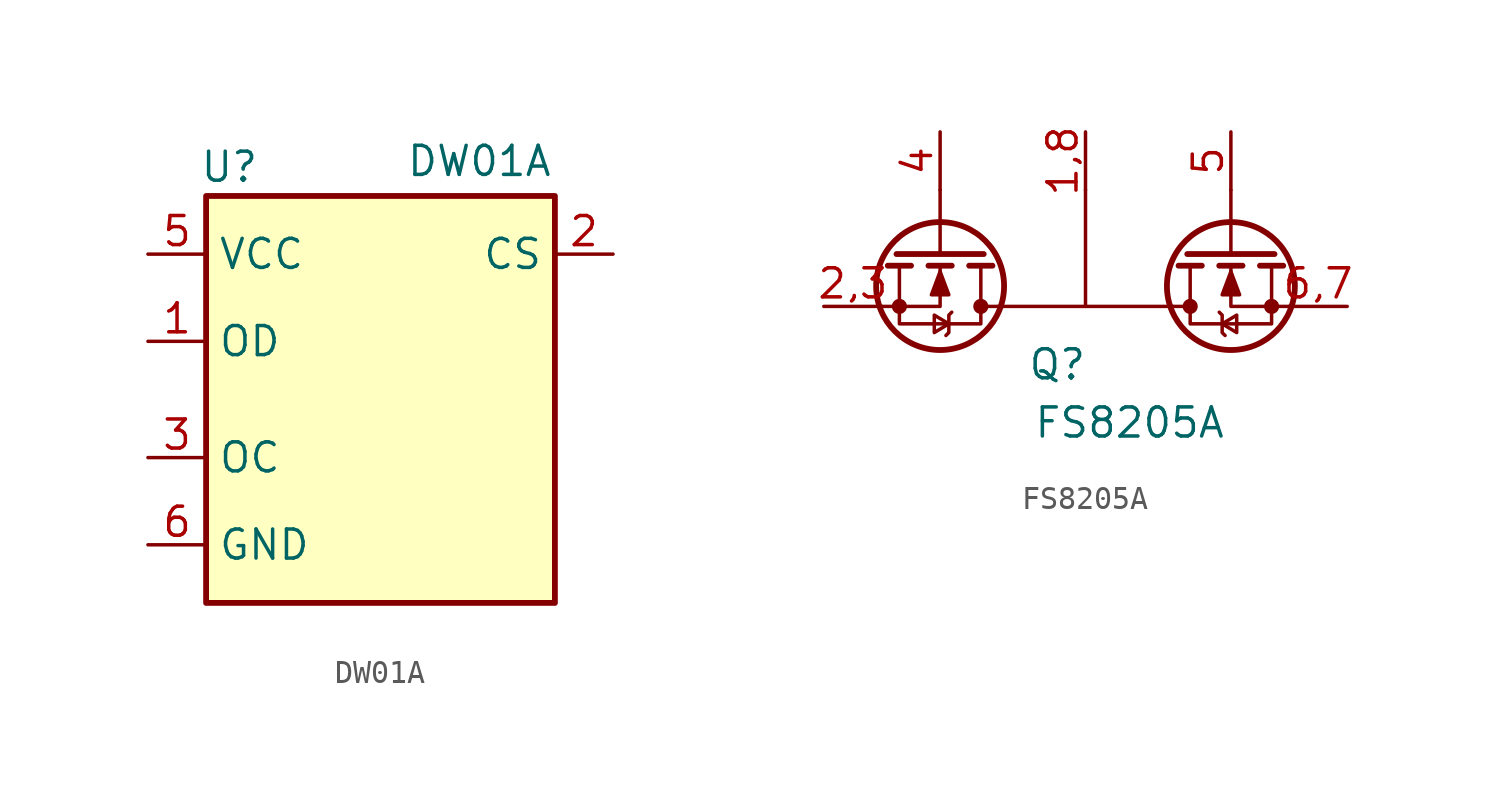
<source format=kicad_sym>
(kicad_symbol_lib
  (version 20231120)
  (generator "kicad_symbol_editor")
  (generator_version "8.0")
  (symbol "DW01A"
    (property "Reference" "U"
      (at -6.604 6.35 0)
      (effects (font (size 1.27 1.27))))
    (property "Value" "DW01A"
      (at 4.318 6.604 0)
      (effects (font (size 1.27 1.27))))
    (symbol "DW01A_0_1"
      (pin output line (at -10.16 -1.27 0) (length 2.54) (name "OD" (effects (font (size 1.27 1.27)))) (number "1" (effects (font (size 1.27 1.27)))))
      (pin input line (at 10.16 2.54 180) (length 2.54) (name "CS" (effects (font (size 1.27 1.27)))) (number "2" (effects (font (size 1.27 1.27)))))
      (pin output line (at -10.16 -6.35 0) (length 2.54) (name "OC" (effects (font (size 1.27 1.27)))) (number "3" (effects (font (size 1.27 1.27)))))
      (pin power_in line (at -10.16 2.54 0) (length 2.54) (name "VCC" (effects (font (size 1.27 1.27)))) (number "5" (effects (font (size 1.27 1.27)))))
      (pin power_in line (at -10.16 -10.16 0) (length 2.54) (name "GND" (effects (font (size 1.27 1.27)))) (number "6" (effects (font (size 1.27 1.27))))))
    (symbol "DW01A_1_1"
      (rectangle (start -7.62 5.08) (end 7.62 -12.7) (stroke (width 0.254) (type default)) (fill (type background)))
      (pin no_connect line (at 10.16 2.54 180) (length 2.54) hide (name "TD" (effects (font (size 1.27 1.27)))) (number "4" (effects (font (size 1.27 1.27)))))))
  (symbol "FS8205A"
    (pin_names hide)
    (property "Reference" "Q"
      (at 3.81 -2.54 0)
      (effects (font (size 1.27 1.27)) (justify left)))
    (property "Value" "FS8205A"
      (at 4.064 -5.08 0)
      (effects (font (size 1.27 1.27)) (justify left)))
    (symbol "FS8205A_0_1"
      (circle (center -1.778 0) (radius 0.254) (stroke (width 0) (type default)) (fill (type outline)))
      (polyline (pts (xy -1.27 1.778) (xy -2.286 1.778)) (stroke (width 0.254) (type default)) (fill (type none)))
      (polyline (pts (xy 0 2.286) (xy 0 5.08)) (stroke (width 0) (type default)) (fill (type none)))
      (polyline (pts (xy 0.508 1.778) (xy -0.508 1.778)) (stroke (width 0.254) (type default)) (fill (type none)))
      (polyline (pts (xy 1.905 2.286) (xy -1.905 2.286)) (stroke (width 0.254) (type default)) (fill (type none)))
      (polyline (pts (xy 2.286 1.778) (xy 1.27 1.778)) (stroke (width 0.254) (type default)) (fill (type none)))
      (polyline (pts (xy 2.54 0) (xy 1.778 0)) (stroke (width 0) (type default)) (fill (type none)))
      (polyline (pts (xy 10.16 0) (xy 10.922 0)) (stroke (width 0) (type default)) (fill (type none)))
      (polyline (pts (xy 10.414 1.778) (xy 11.43 1.778)) (stroke (width 0.254) (type default)) (fill (type none)))
      (polyline (pts (xy 10.795 2.286) (xy 14.605 2.286)) (stroke (width 0.254) (type default)) (fill (type none)))
      (polyline (pts (xy 12.192 1.778) (xy 13.208 1.778)) (stroke (width 0.254) (type default)) (fill (type none)))
      (polyline (pts (xy 12.7 2.286) (xy 12.7 5.08)) (stroke (width 0) (type default)) (fill (type none)))
      (polyline (pts (xy 13.97 1.778) (xy 14.986 1.778)) (stroke (width 0.254) (type default)) (fill (type none)))
      (polyline (pts (xy -2.54 0) (xy 0 0) (xy 0 1.778)) (stroke (width 0) (type default)) (fill (type none)))
      (polyline (pts (xy 15.24 0) (xy 12.7 0) (xy 12.7 1.778)) (stroke (width 0) (type default)) (fill (type none)))
      (polyline (pts (xy -1.778 1.778) (xy -1.778 -0.762) (xy 1.778 -0.762) (xy 1.778 1.778)) (stroke (width 0) (type default)) (fill (type none)))
      (polyline (pts (xy 0 1.524) (xy 0.381 0.508) (xy -0.381 0.508) (xy 0 1.524)) (stroke (width 0) (type default)) (fill (type outline)))
      (polyline (pts (xy 0.381 -0.762) (xy -0.254 -0.381) (xy -0.254 -1.143) (xy 0.381 -0.762)) (stroke (width 0) (type default)) (fill (type none)))
      (polyline (pts (xy 0.508 -0.254) (xy 0.381 -0.381) (xy 0.381 -1.143) (xy 0.254 -1.27)) (stroke (width 0) (type default)) (fill (type none)))
      (polyline (pts (xy 12.192 -0.254) (xy 12.319 -0.381) (xy 12.319 -1.143) (xy 12.446 -1.27)) (stroke (width 0) (type default)) (fill (type none)))
      (polyline (pts (xy 12.319 -0.762) (xy 12.954 -0.381) (xy 12.954 -1.143) (xy 12.319 -0.762)) (stroke (width 0) (type default)) (fill (type none)))
      (polyline (pts (xy 12.7 1.524) (xy 12.319 0.508) (xy 13.081 0.508) (xy 12.7 1.524)) (stroke (width 0) (type default)) (fill (type outline)))
      (polyline (pts (xy 14.478 1.778) (xy 14.478 -0.762) (xy 10.922 -0.762) (xy 10.922 1.778)) (stroke (width 0) (type default)) (fill (type none)))
      (circle (center 0 0.889) (radius 2.794) (stroke (width 0.254) (type default)) (fill (type none)))
      (circle (center 1.778 0) (radius 0.254) (stroke (width 0) (type default)) (fill (type outline)))
      (circle (center 10.922 0) (radius 0.254) (stroke (width 0) (type default)) (fill (type outline)))
      (circle (center 12.7 0.889) (radius 2.794) (stroke (width 0.254) (type default)) (fill (type none)))
      (circle (center 14.478 0) (radius 0.254) (stroke (width 0) (type default)) (fill (type outline))))
    (symbol "FS8205A_1_1"
      (polyline (pts (xy 2.54 0) (xy 10.16 0)) (stroke (width 0) (type default)) (fill (type none)))
      (polyline (pts (xy 6.35 5.08) (xy 6.35 0)) (stroke (width 0) (type default)) (fill (type none)))
      (pin passive line (at 6.35 7.62 270) (length 2.54) (name "D" (effects (font (size 1.27 1.27)))) (number "1,8" (effects (font (size 1.27 1.27)))))
      (pin passive line (at -5.08 0 0) (length 2.54) (name "S" (effects (font (size 1.27 1.27)))) (number "2,3" (effects (font (size 1.27 1.27)))))
      (pin input line (at 0 7.62 270) (length 2.54) (name "G" (effects (font (size 1.27 1.27)))) (number "4" (effects (font (size 1.27 1.27)))))
      (pin input line (at 12.7 7.62 270) (length 2.54) (name "G" (effects (font (size 1.27 1.27)))) (number "5" (effects (font (size 1.27 1.27)))))
      (pin passive line (at 17.78 0 180) (length 2.54) (name "S" (effects (font (size 1.27 1.27)))) (number "6,7" (effects (font (size 1.27 1.27))))))))
</source>
